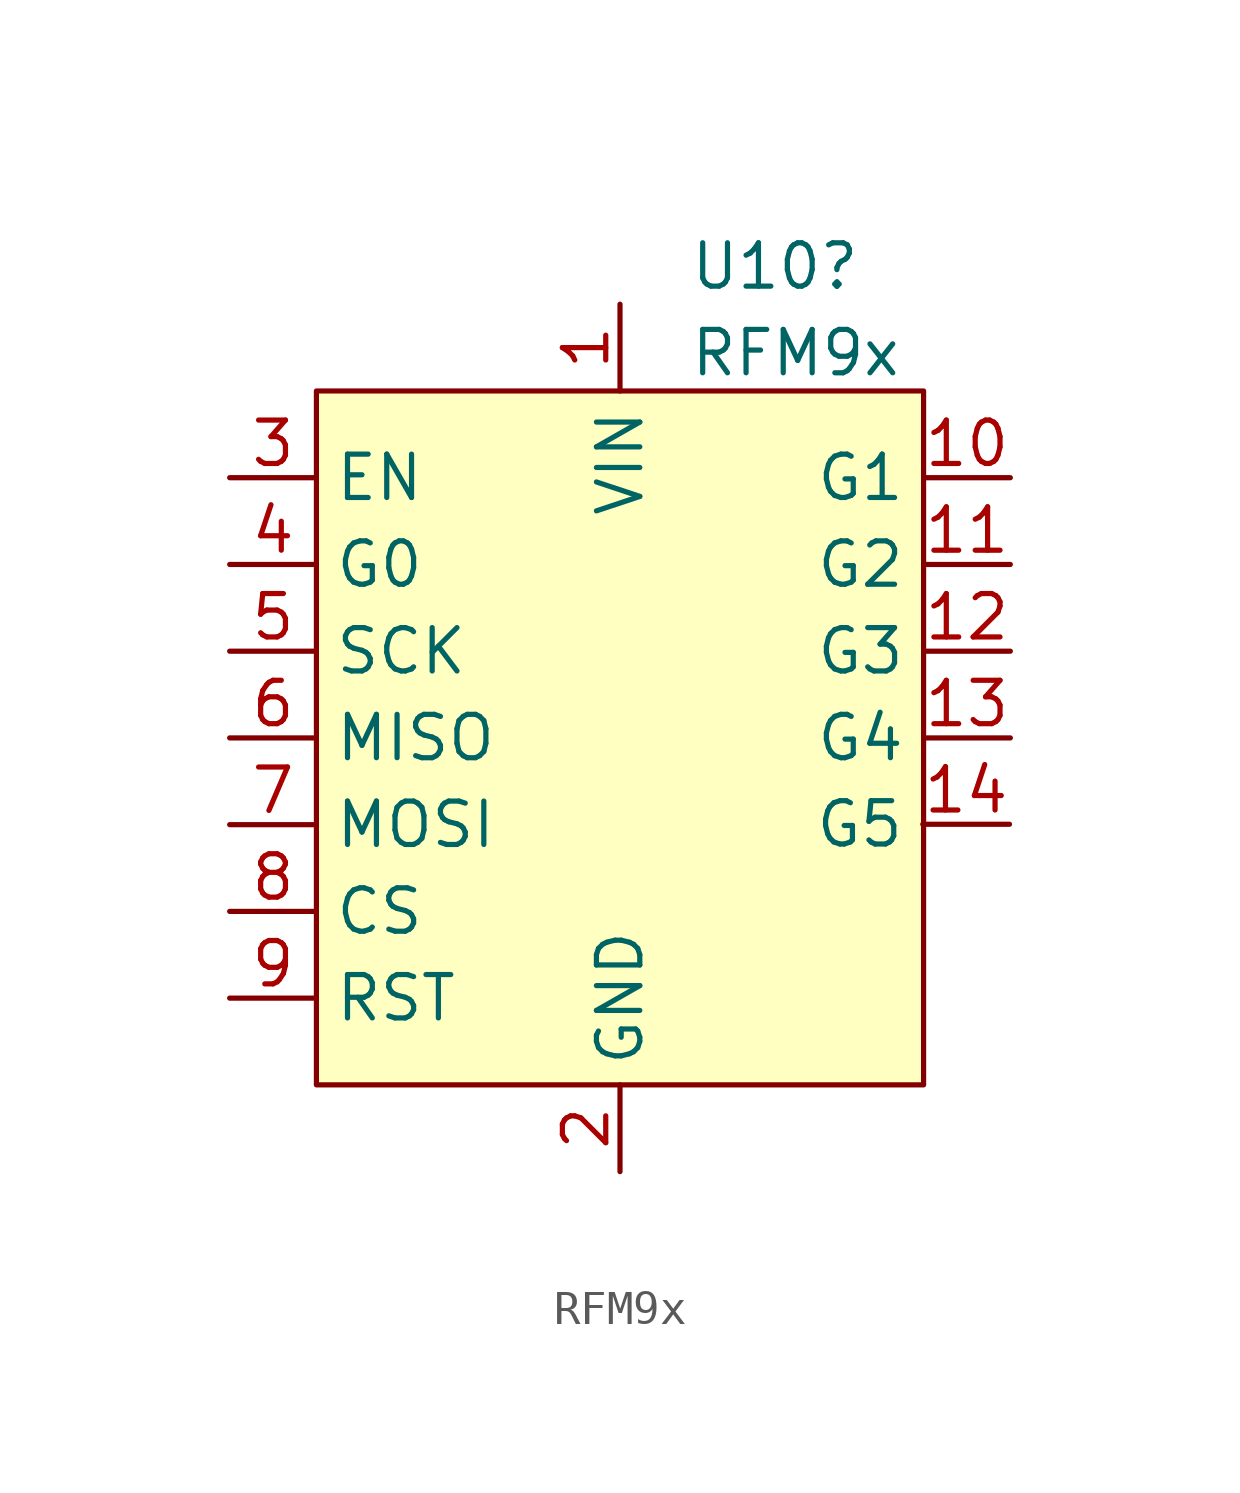
<source format=kicad_sym>
(kicad_symbol_lib
  (version 20211014)
  (generator kicad_symbol_editor)
  (symbol "RFM9x"
    (property "Reference" "U10"
      (at 2.019 13.809 0)
      (effects (font (size 1.27 1.27)) (justify left)))
    (property "Value" "RFM9x"
      (at 2.019 11.272 0)
      (effects (font (size 1.27 1.27)) (justify left)))
    (symbol "RFM9x_0_1"
      (rectangle (start -8.89 10.16) (end 8.89 -10.16) (stroke (width 0.152) (type default) (color 0 0 0 0)) (fill (type background))))
    (symbol "RFM9x_1_1"
      (pin power_in line (at 0 12.7 270) (length 2.54) (name "VIN" (effects (font (size 1.27 1.27)))) (number "1" (effects (font (size 1.27 1.27)))))
      (pin input line (at 11.43 7.62 180) (length 2.54) (name "G1" (effects (font (size 1.27 1.27)))) (number "10" (effects (font (size 1.27 1.27)))))
      (pin input line (at 11.43 5.08 180) (length 2.54) (name "G2" (effects (font (size 1.27 1.27)))) (number "11" (effects (font (size 1.27 1.27)))))
      (pin input line (at 11.43 2.54 180) (length 2.54) (name "G3" (effects (font (size 1.27 1.27)))) (number "12" (effects (font (size 1.27 1.27)))))
      (pin input line (at 11.43 0 180) (length 2.54) (name "G4" (effects (font (size 1.27 1.27)))) (number "13" (effects (font (size 1.27 1.27)))))
      (pin input line (at 11.406 -2.528 180) (length 2.54) (name "G5" (effects (font (size 1.27 1.27)))) (number "14" (effects (font (size 1.27 1.27)))))
      (pin power_in line (at 0 -12.7 90) (length 2.54) (name "GND" (effects (font (size 1.27 1.27)))) (number "2" (effects (font (size 1.27 1.27)))))
      (pin input line (at -11.43 7.62 0) (length 2.54) (name "EN" (effects (font (size 1.27 1.27)))) (number "3" (effects (font (size 1.27 1.27)))))
      (pin bidirectional line (at -11.43 5.08 0) (length 2.54) (name "G0" (effects (font (size 1.27 1.27)))) (number "4" (effects (font (size 1.27 1.27)))))
      (pin input line (at -11.43 2.54 0) (length 2.54) (name "SCK" (effects (font (size 1.27 1.27)))) (number "5" (effects (font (size 1.27 1.27)))))
      (pin output line (at -11.43 0 0) (length 2.54) (name "MISO" (effects (font (size 1.27 1.27)))) (number "6" (effects (font (size 1.27 1.27)))))
      (pin input line (at -11.43 -2.54 0) (length 2.54) (name "MOSI" (effects (font (size 1.27 1.27)))) (number "7" (effects (font (size 1.27 1.27)))))
      (pin input line (at -11.43 -5.08 0) (length 2.54) (name "CS" (effects (font (size 1.27 1.27)))) (number "8" (effects (font (size 1.27 1.27)))))
      (pin input line (at -11.43 -7.62 0) (length 2.54) (name "RST" (effects (font (size 1.27 1.27)))) (number "9" (effects (font (size 1.27 1.27))))))))
</source>
